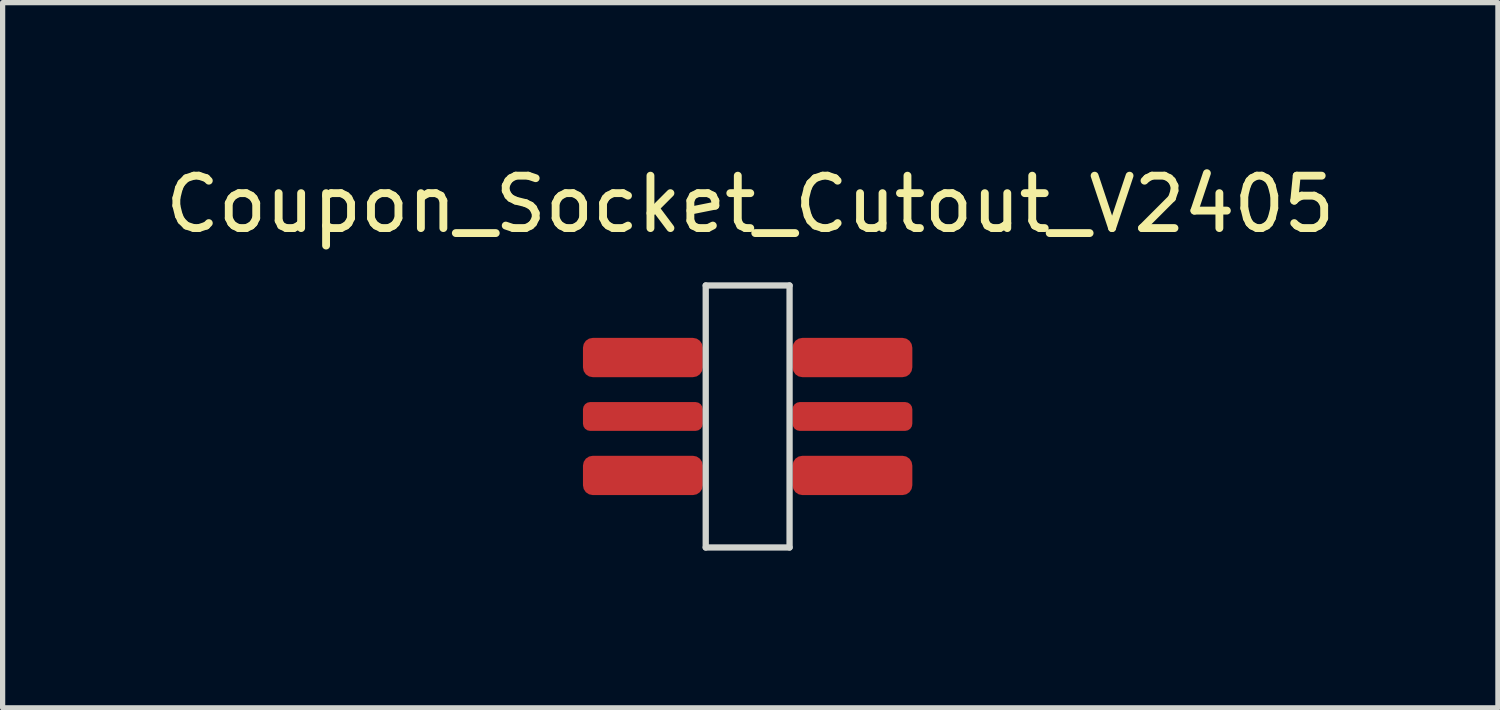
<source format=kicad_pcb>
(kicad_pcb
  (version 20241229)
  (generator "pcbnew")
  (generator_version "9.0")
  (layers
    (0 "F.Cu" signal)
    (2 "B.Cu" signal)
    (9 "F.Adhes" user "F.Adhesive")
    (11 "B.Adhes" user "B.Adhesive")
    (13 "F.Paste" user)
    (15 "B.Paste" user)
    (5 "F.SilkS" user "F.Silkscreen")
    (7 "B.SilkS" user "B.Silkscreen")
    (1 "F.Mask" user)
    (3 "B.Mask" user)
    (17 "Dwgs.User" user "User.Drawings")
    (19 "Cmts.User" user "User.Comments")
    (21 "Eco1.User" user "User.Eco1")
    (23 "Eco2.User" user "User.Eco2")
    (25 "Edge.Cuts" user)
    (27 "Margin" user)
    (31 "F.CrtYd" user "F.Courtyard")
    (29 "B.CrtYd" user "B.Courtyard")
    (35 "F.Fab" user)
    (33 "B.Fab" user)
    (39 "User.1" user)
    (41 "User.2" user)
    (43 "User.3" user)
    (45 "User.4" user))
  (footprint "Coupon_Socket_Cutout_V2405"
    (layer "F.Cu")
    (at 11.218 4.898)
    (property "Reference" "Coupon_Socket_Cutout_V2405" (at 0.05 -4.05 0) (unlocked yes) (layer "F.SilkS") (effects (font (size 1 1) (thickness 0.15))))
    (attr smd)
    (fp_line (start -0.8 -2.5) (end -0.8 2.5) (stroke (width 0.12) (type default)) (layer "Edge.Cuts"))
    (fp_line (start -0.8 2.5) (end 0.8 2.5) (stroke (width 0.12) (type default)) (layer "Edge.Cuts"))
    (fp_line (start 0.8 -2.5) (end -0.8 -2.5) (stroke (width 0.12) (type default)) (layer "Edge.Cuts"))
    (fp_line (start 0.8 2.5) (end 0.8 -2.5) (stroke (width 0.12) (type default)) (layer "Edge.Cuts"))
    (pad "1" smd roundrect (at 2 1.125) (size 2.286 0.75) (layers "F.Cu" "F.Mask" "F.Paste") (roundrect_rratio 0.25))
    (pad "2" smd roundrect (at -2 1.125) (size 2.286 0.75) (layers "F.Cu" "F.Mask" "F.Paste") (roundrect_rratio 0.25))
    (pad "3" smd roundrect (at 2 0) (size 2.286 0.55) (layers "F.Cu" "F.Mask" "F.Paste") (roundrect_rratio 0.25))
    (pad "4" smd roundrect (at -2 0) (size 2.286 0.55) (layers "F.Cu" "F.Mask" "F.Paste") (roundrect_rratio 0.25))
    (pad "5" smd roundrect (at 2 -1.125) (size 2.286 0.75) (layers "F.Cu" "F.Mask" "F.Paste") (roundrect_rratio 0.25))
    (pad "6" smd roundrect (at -2 -1.125) (size 2.286 0.75) (layers "F.Cu" "F.Mask" "F.Paste") (roundrect_rratio 0.25)))
  (gr_rect
    (start -3 -3)
    (end 25.536 10.458)
    (stroke (width 0.1) (type default))
    (fill no)
    (layer "Edge.Cuts")))
</source>
